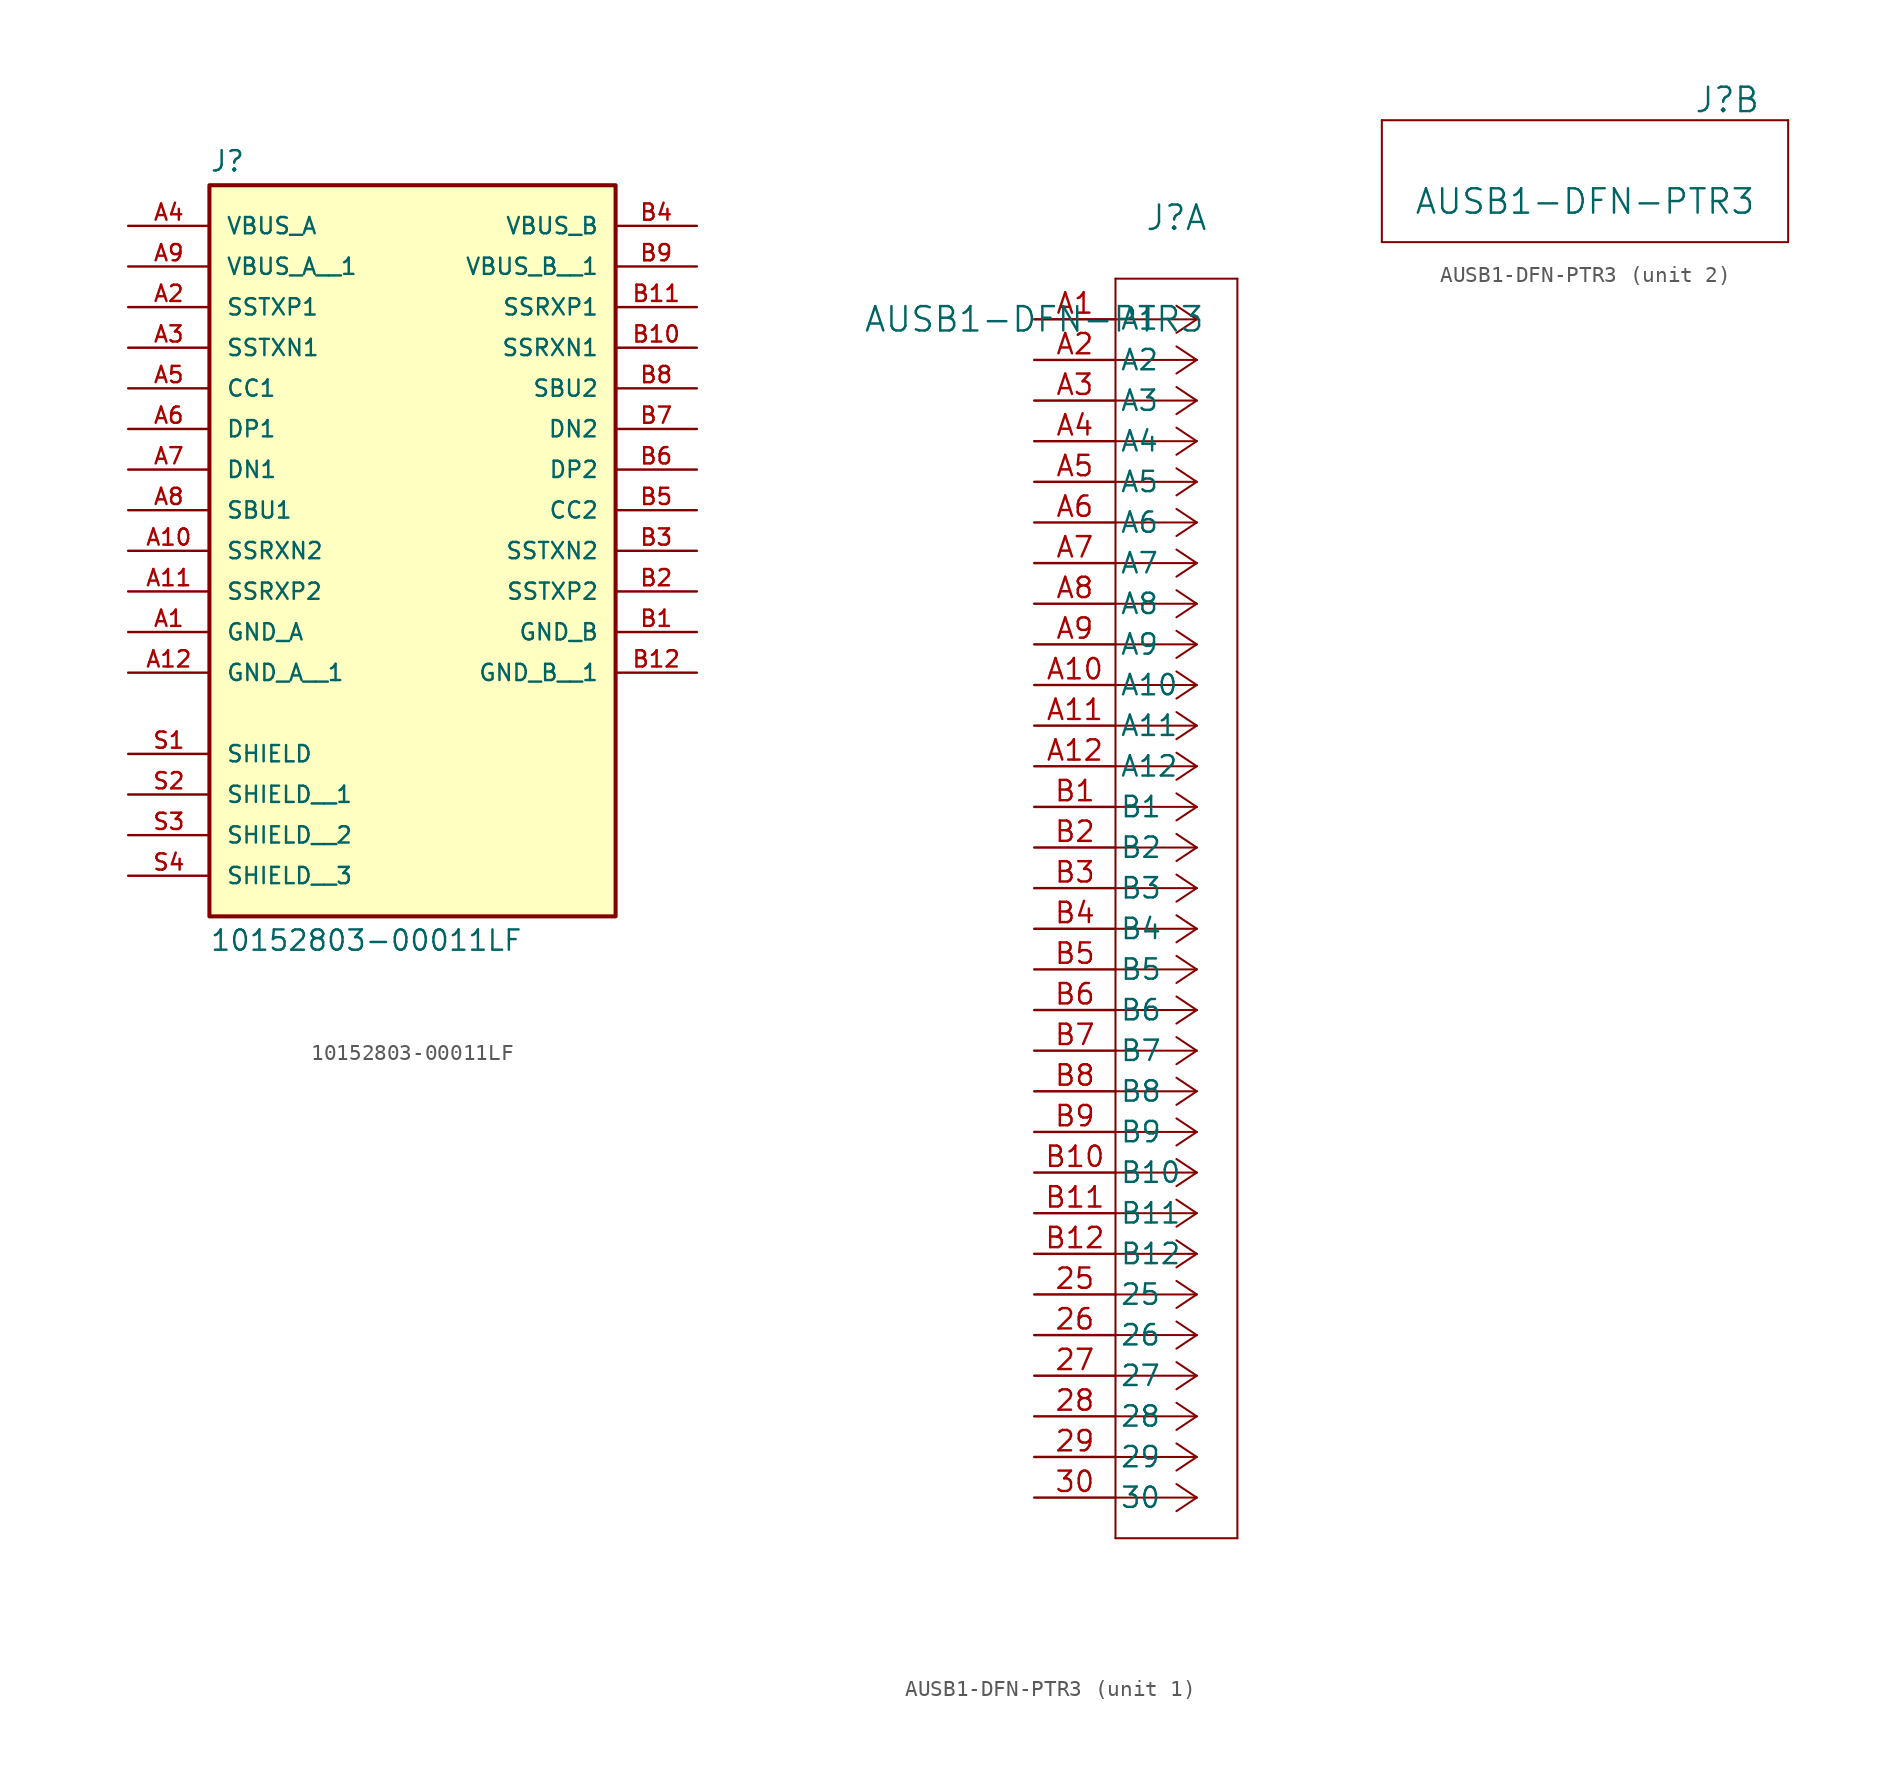
<source format=kicad_sym>
(kicad_symbol_lib
  (version 20220914)
  (generator kicad_symbol_editor)
  (symbol "10152803-00011LF"
    (pin_names
      (offset 1.016))
    (property "Reference" "J"
      (at -12.7 16.002 0)
      (effects (font (size 1.27 1.27)) (justify left bottom)))
    (property "Value" "10152803-00011LF"
      (at -12.7 -31.242 0)
      (effects (font (size 1.27 1.27)) (justify left top)))
    (symbol "10152803-00011LF_0_0"
      (rectangle (start -12.7 -30.48) (end 12.7 15.24) (stroke (width 0.254) (type default)) (fill (type background)))
      (pin power_in line (at -17.78 -12.7 0) (length 5.08) (name "GND_A" (effects (font (size 1.016 1.016)))) (number "A1" (effects (font (size 1.016 1.016)))))
      (pin bidirectional line (at -17.78 -7.62 0) (length 5.08) (name "SSRXN2" (effects (font (size 1.016 1.016)))) (number "A10" (effects (font (size 1.016 1.016)))))
      (pin bidirectional line (at -17.78 -10.16 0) (length 5.08) (name "SSRXP2" (effects (font (size 1.016 1.016)))) (number "A11" (effects (font (size 1.016 1.016)))))
      (pin power_in line (at -17.78 -15.24 0) (length 5.08) (name "GND_A__1" (effects (font (size 1.016 1.016)))) (number "A12" (effects (font (size 1.016 1.016)))))
      (pin bidirectional line (at -17.78 7.62 0) (length 5.08) (name "SSTXP1" (effects (font (size 1.016 1.016)))) (number "A2" (effects (font (size 1.016 1.016)))))
      (pin bidirectional line (at -17.78 5.08 0) (length 5.08) (name "SSTXN1" (effects (font (size 1.016 1.016)))) (number "A3" (effects (font (size 1.016 1.016)))))
      (pin power_in line (at -17.78 12.7 0) (length 5.08) (name "VBUS_A" (effects (font (size 1.016 1.016)))) (number "A4" (effects (font (size 1.016 1.016)))))
      (pin bidirectional line (at -17.78 2.54 0) (length 5.08) (name "CC1" (effects (font (size 1.016 1.016)))) (number "A5" (effects (font (size 1.016 1.016)))))
      (pin bidirectional line (at -17.78 0 0) (length 5.08) (name "DP1" (effects (font (size 1.016 1.016)))) (number "A6" (effects (font (size 1.016 1.016)))))
      (pin bidirectional line (at -17.78 -2.54 0) (length 5.08) (name "DN1" (effects (font (size 1.016 1.016)))) (number "A7" (effects (font (size 1.016 1.016)))))
      (pin bidirectional line (at -17.78 -5.08 0) (length 5.08) (name "SBU1" (effects (font (size 1.016 1.016)))) (number "A8" (effects (font (size 1.016 1.016)))))
      (pin power_in line (at -17.78 10.16 0) (length 5.08) (name "VBUS_A__1" (effects (font (size 1.016 1.016)))) (number "A9" (effects (font (size 1.016 1.016)))))
      (pin power_in line (at 17.78 -12.7 180) (length 5.08) (name "GND_B" (effects (font (size 1.016 1.016)))) (number "B1" (effects (font (size 1.016 1.016)))))
      (pin bidirectional line (at 17.78 5.08 180) (length 5.08) (name "SSRXN1" (effects (font (size 1.016 1.016)))) (number "B10" (effects (font (size 1.016 1.016)))))
      (pin bidirectional line (at 17.78 7.62 180) (length 5.08) (name "SSRXP1" (effects (font (size 1.016 1.016)))) (number "B11" (effects (font (size 1.016 1.016)))))
      (pin power_in line (at 17.78 -15.24 180) (length 5.08) (name "GND_B__1" (effects (font (size 1.016 1.016)))) (number "B12" (effects (font (size 1.016 1.016)))))
      (pin bidirectional line (at 17.78 -10.16 180) (length 5.08) (name "SSTXP2" (effects (font (size 1.016 1.016)))) (number "B2" (effects (font (size 1.016 1.016)))))
      (pin bidirectional line (at 17.78 -7.62 180) (length 5.08) (name "SSTXN2" (effects (font (size 1.016 1.016)))) (number "B3" (effects (font (size 1.016 1.016)))))
      (pin power_in line (at 17.78 12.7 180) (length 5.08) (name "VBUS_B" (effects (font (size 1.016 1.016)))) (number "B4" (effects (font (size 1.016 1.016)))))
      (pin bidirectional line (at 17.78 -5.08 180) (length 5.08) (name "CC2" (effects (font (size 1.016 1.016)))) (number "B5" (effects (font (size 1.016 1.016)))))
      (pin bidirectional line (at 17.78 -2.54 180) (length 5.08) (name "DP2" (effects (font (size 1.016 1.016)))) (number "B6" (effects (font (size 1.016 1.016)))))
      (pin bidirectional line (at 17.78 0 180) (length 5.08) (name "DN2" (effects (font (size 1.016 1.016)))) (number "B7" (effects (font (size 1.016 1.016)))))
      (pin bidirectional line (at 17.78 2.54 180) (length 5.08) (name "SBU2" (effects (font (size 1.016 1.016)))) (number "B8" (effects (font (size 1.016 1.016)))))
      (pin power_in line (at 17.78 10.16 180) (length 5.08) (name "VBUS_B__1" (effects (font (size 1.016 1.016)))) (number "B9" (effects (font (size 1.016 1.016)))))
      (pin passive line (at -17.78 -20.32 0) (length 5.08) (name "SHIELD" (effects (font (size 1.016 1.016)))) (number "S1" (effects (font (size 1.016 1.016)))))
      (pin passive line (at -17.78 -22.86 0) (length 5.08) (name "SHIELD__1" (effects (font (size 1.016 1.016)))) (number "S2" (effects (font (size 1.016 1.016)))))
      (pin passive line (at -17.78 -25.4 0) (length 5.08) (name "SHIELD__2" (effects (font (size 1.016 1.016)))) (number "S3" (effects (font (size 1.016 1.016)))))
      (pin passive line (at -17.78 -27.94 0) (length 5.08) (name "SHIELD__3" (effects (font (size 1.016 1.016)))) (number "S4" (effects (font (size 1.016 1.016)))))))
  (symbol "AUSB1-DFN-PTR3"
    (pin_names
      (offset 0.254))
    (property "Reference" "J"
      (at 8.89 6.35 0)
      (effects (font (size 1.524 1.524))))
    (property "Value" "AUSB1-DFN-PTR3"
      (at 0 0 0)
      (effects (font (size 1.524 1.524))))
    (property "ki_locked" ""
      (at 0 0 0)
      (effects (font (size 1.27 1.27))))
    (symbol "AUSB1-DFN-PTR3_1_1"
      (polyline (pts (xy 5.08 -76.2) (xy 12.7 -76.2)) (stroke (width 0.127) (type default)) (fill (type none)))
      (polyline (pts (xy 5.08 2.54) (xy 5.08 -76.2)) (stroke (width 0.127) (type default)) (fill (type none)))
      (polyline (pts (xy 10.16 -73.66) (xy 5.08 -73.66)) (stroke (width 0.127) (type default)) (fill (type none)))
      (polyline (pts (xy 10.16 -73.66) (xy 8.89 -74.507)) (stroke (width 0.127) (type default)) (fill (type none)))
      (polyline (pts (xy 10.16 -73.66) (xy 8.89 -72.813)) (stroke (width 0.127) (type default)) (fill (type none)))
      (polyline (pts (xy 10.16 -71.12) (xy 5.08 -71.12)) (stroke (width 0.127) (type default)) (fill (type none)))
      (polyline (pts (xy 10.16 -71.12) (xy 8.89 -71.967)) (stroke (width 0.127) (type default)) (fill (type none)))
      (polyline (pts (xy 10.16 -71.12) (xy 8.89 -70.273)) (stroke (width 0.127) (type default)) (fill (type none)))
      (polyline (pts (xy 10.16 -68.58) (xy 5.08 -68.58)) (stroke (width 0.127) (type default)) (fill (type none)))
      (polyline (pts (xy 10.16 -68.58) (xy 8.89 -69.427)) (stroke (width 0.127) (type default)) (fill (type none)))
      (polyline (pts (xy 10.16 -68.58) (xy 8.89 -67.733)) (stroke (width 0.127) (type default)) (fill (type none)))
      (polyline (pts (xy 10.16 -66.04) (xy 5.08 -66.04)) (stroke (width 0.127) (type default)) (fill (type none)))
      (polyline (pts (xy 10.16 -66.04) (xy 8.89 -66.887)) (stroke (width 0.127) (type default)) (fill (type none)))
      (polyline (pts (xy 10.16 -66.04) (xy 8.89 -65.193)) (stroke (width 0.127) (type default)) (fill (type none)))
      (polyline (pts (xy 10.16 -63.5) (xy 5.08 -63.5)) (stroke (width 0.127) (type default)) (fill (type none)))
      (polyline (pts (xy 10.16 -63.5) (xy 8.89 -64.347)) (stroke (width 0.127) (type default)) (fill (type none)))
      (polyline (pts (xy 10.16 -63.5) (xy 8.89 -62.653)) (stroke (width 0.127) (type default)) (fill (type none)))
      (polyline (pts (xy 10.16 -60.96) (xy 5.08 -60.96)) (stroke (width 0.127) (type default)) (fill (type none)))
      (polyline (pts (xy 10.16 -60.96) (xy 8.89 -61.807)) (stroke (width 0.127) (type default)) (fill (type none)))
      (polyline (pts (xy 10.16 -60.96) (xy 8.89 -60.113)) (stroke (width 0.127) (type default)) (fill (type none)))
      (polyline (pts (xy 10.16 -58.42) (xy 5.08 -58.42)) (stroke (width 0.127) (type default)) (fill (type none)))
      (polyline (pts (xy 10.16 -58.42) (xy 8.89 -59.267)) (stroke (width 0.127) (type default)) (fill (type none)))
      (polyline (pts (xy 10.16 -58.42) (xy 8.89 -57.573)) (stroke (width 0.127) (type default)) (fill (type none)))
      (polyline (pts (xy 10.16 -55.88) (xy 5.08 -55.88)) (stroke (width 0.127) (type default)) (fill (type none)))
      (polyline (pts (xy 10.16 -55.88) (xy 8.89 -56.727)) (stroke (width 0.127) (type default)) (fill (type none)))
      (polyline (pts (xy 10.16 -55.88) (xy 8.89 -55.033)) (stroke (width 0.127) (type default)) (fill (type none)))
      (polyline (pts (xy 10.16 -53.34) (xy 5.08 -53.34)) (stroke (width 0.127) (type default)) (fill (type none)))
      (polyline (pts (xy 10.16 -53.34) (xy 8.89 -54.187)) (stroke (width 0.127) (type default)) (fill (type none)))
      (polyline (pts (xy 10.16 -53.34) (xy 8.89 -52.493)) (stroke (width 0.127) (type default)) (fill (type none)))
      (polyline (pts (xy 10.16 -50.8) (xy 5.08 -50.8)) (stroke (width 0.127) (type default)) (fill (type none)))
      (polyline (pts (xy 10.16 -50.8) (xy 8.89 -51.647)) (stroke (width 0.127) (type default)) (fill (type none)))
      (polyline (pts (xy 10.16 -50.8) (xy 8.89 -49.953)) (stroke (width 0.127) (type default)) (fill (type none)))
      (polyline (pts (xy 10.16 -48.26) (xy 5.08 -48.26)) (stroke (width 0.127) (type default)) (fill (type none)))
      (polyline (pts (xy 10.16 -48.26) (xy 8.89 -49.107)) (stroke (width 0.127) (type default)) (fill (type none)))
      (polyline (pts (xy 10.16 -48.26) (xy 8.89 -47.413)) (stroke (width 0.127) (type default)) (fill (type none)))
      (polyline (pts (xy 10.16 -45.72) (xy 5.08 -45.72)) (stroke (width 0.127) (type default)) (fill (type none)))
      (polyline (pts (xy 10.16 -45.72) (xy 8.89 -46.567)) (stroke (width 0.127) (type default)) (fill (type none)))
      (polyline (pts (xy 10.16 -45.72) (xy 8.89 -44.873)) (stroke (width 0.127) (type default)) (fill (type none)))
      (polyline (pts (xy 10.16 -43.18) (xy 5.08 -43.18)) (stroke (width 0.127) (type default)) (fill (type none)))
      (polyline (pts (xy 10.16 -43.18) (xy 8.89 -44.027)) (stroke (width 0.127) (type default)) (fill (type none)))
      (polyline (pts (xy 10.16 -43.18) (xy 8.89 -42.333)) (stroke (width 0.127) (type default)) (fill (type none)))
      (polyline (pts (xy 10.16 -40.64) (xy 5.08 -40.64)) (stroke (width 0.127) (type default)) (fill (type none)))
      (polyline (pts (xy 10.16 -40.64) (xy 8.89 -41.487)) (stroke (width 0.127) (type default)) (fill (type none)))
      (polyline (pts (xy 10.16 -40.64) (xy 8.89 -39.793)) (stroke (width 0.127) (type default)) (fill (type none)))
      (polyline (pts (xy 10.16 -38.1) (xy 5.08 -38.1)) (stroke (width 0.127) (type default)) (fill (type none)))
      (polyline (pts (xy 10.16 -38.1) (xy 8.89 -38.947)) (stroke (width 0.127) (type default)) (fill (type none)))
      (polyline (pts (xy 10.16 -38.1) (xy 8.89 -37.253)) (stroke (width 0.127) (type default)) (fill (type none)))
      (polyline (pts (xy 10.16 -35.56) (xy 5.08 -35.56)) (stroke (width 0.127) (type default)) (fill (type none)))
      (polyline (pts (xy 10.16 -35.56) (xy 8.89 -36.407)) (stroke (width 0.127) (type default)) (fill (type none)))
      (polyline (pts (xy 10.16 -35.56) (xy 8.89 -34.713)) (stroke (width 0.127) (type default)) (fill (type none)))
      (polyline (pts (xy 10.16 -33.02) (xy 5.08 -33.02)) (stroke (width 0.127) (type default)) (fill (type none)))
      (polyline (pts (xy 10.16 -33.02) (xy 8.89 -33.867)) (stroke (width 0.127) (type default)) (fill (type none)))
      (polyline (pts (xy 10.16 -33.02) (xy 8.89 -32.173)) (stroke (width 0.127) (type default)) (fill (type none)))
      (polyline (pts (xy 10.16 -30.48) (xy 5.08 -30.48)) (stroke (width 0.127) (type default)) (fill (type none)))
      (polyline (pts (xy 10.16 -30.48) (xy 8.89 -31.327)) (stroke (width 0.127) (type default)) (fill (type none)))
      (polyline (pts (xy 10.16 -30.48) (xy 8.89 -29.633)) (stroke (width 0.127) (type default)) (fill (type none)))
      (polyline (pts (xy 10.16 -27.94) (xy 5.08 -27.94)) (stroke (width 0.127) (type default)) (fill (type none)))
      (polyline (pts (xy 10.16 -27.94) (xy 8.89 -28.787)) (stroke (width 0.127) (type default)) (fill (type none)))
      (polyline (pts (xy 10.16 -27.94) (xy 8.89 -27.093)) (stroke (width 0.127) (type default)) (fill (type none)))
      (polyline (pts (xy 10.16 -25.4) (xy 5.08 -25.4)) (stroke (width 0.127) (type default)) (fill (type none)))
      (polyline (pts (xy 10.16 -25.4) (xy 8.89 -26.247)) (stroke (width 0.127) (type default)) (fill (type none)))
      (polyline (pts (xy 10.16 -25.4) (xy 8.89 -24.553)) (stroke (width 0.127) (type default)) (fill (type none)))
      (polyline (pts (xy 10.16 -22.86) (xy 5.08 -22.86)) (stroke (width 0.127) (type default)) (fill (type none)))
      (polyline (pts (xy 10.16 -22.86) (xy 8.89 -23.707)) (stroke (width 0.127) (type default)) (fill (type none)))
      (polyline (pts (xy 10.16 -22.86) (xy 8.89 -22.013)) (stroke (width 0.127) (type default)) (fill (type none)))
      (polyline (pts (xy 10.16 -20.32) (xy 5.08 -20.32)) (stroke (width 0.127) (type default)) (fill (type none)))
      (polyline (pts (xy 10.16 -20.32) (xy 8.89 -21.167)) (stroke (width 0.127) (type default)) (fill (type none)))
      (polyline (pts (xy 10.16 -20.32) (xy 8.89 -19.473)) (stroke (width 0.127) (type default)) (fill (type none)))
      (polyline (pts (xy 10.16 -17.78) (xy 5.08 -17.78)) (stroke (width 0.127) (type default)) (fill (type none)))
      (polyline (pts (xy 10.16 -17.78) (xy 8.89 -18.627)) (stroke (width 0.127) (type default)) (fill (type none)))
      (polyline (pts (xy 10.16 -17.78) (xy 8.89 -16.933)) (stroke (width 0.127) (type default)) (fill (type none)))
      (polyline (pts (xy 10.16 -15.24) (xy 5.08 -15.24)) (stroke (width 0.127) (type default)) (fill (type none)))
      (polyline (pts (xy 10.16 -15.24) (xy 8.89 -16.087)) (stroke (width 0.127) (type default)) (fill (type none)))
      (polyline (pts (xy 10.16 -15.24) (xy 8.89 -14.393)) (stroke (width 0.127) (type default)) (fill (type none)))
      (polyline (pts (xy 10.16 -12.7) (xy 5.08 -12.7)) (stroke (width 0.127) (type default)) (fill (type none)))
      (polyline (pts (xy 10.16 -12.7) (xy 8.89 -13.547)) (stroke (width 0.127) (type default)) (fill (type none)))
      (polyline (pts (xy 10.16 -12.7) (xy 8.89 -11.853)) (stroke (width 0.127) (type default)) (fill (type none)))
      (polyline (pts (xy 10.16 -10.16) (xy 5.08 -10.16)) (stroke (width 0.127) (type default)) (fill (type none)))
      (polyline (pts (xy 10.16 -10.16) (xy 8.89 -11.007)) (stroke (width 0.127) (type default)) (fill (type none)))
      (polyline (pts (xy 10.16 -10.16) (xy 8.89 -9.313)) (stroke (width 0.127) (type default)) (fill (type none)))
      (polyline (pts (xy 10.16 -7.62) (xy 5.08 -7.62)) (stroke (width 0.127) (type default)) (fill (type none)))
      (polyline (pts (xy 10.16 -7.62) (xy 8.89 -8.467)) (stroke (width 0.127) (type default)) (fill (type none)))
      (polyline (pts (xy 10.16 -7.62) (xy 8.89 -6.773)) (stroke (width 0.127) (type default)) (fill (type none)))
      (polyline (pts (xy 10.16 -5.08) (xy 5.08 -5.08)) (stroke (width 0.127) (type default)) (fill (type none)))
      (polyline (pts (xy 10.16 -5.08) (xy 8.89 -5.927)) (stroke (width 0.127) (type default)) (fill (type none)))
      (polyline (pts (xy 10.16 -5.08) (xy 8.89 -4.233)) (stroke (width 0.127) (type default)) (fill (type none)))
      (polyline (pts (xy 10.16 -2.54) (xy 5.08 -2.54)) (stroke (width 0.127) (type default)) (fill (type none)))
      (polyline (pts (xy 10.16 -2.54) (xy 8.89 -3.387)) (stroke (width 0.127) (type default)) (fill (type none)))
      (polyline (pts (xy 10.16 -2.54) (xy 8.89 -1.693)) (stroke (width 0.127) (type default)) (fill (type none)))
      (polyline (pts (xy 10.16 0) (xy 5.08 0)) (stroke (width 0.127) (type default)) (fill (type none)))
      (polyline (pts (xy 10.16 0) (xy 8.89 -0.847)) (stroke (width 0.127) (type default)) (fill (type none)))
      (polyline (pts (xy 10.16 0) (xy 8.89 0.847)) (stroke (width 0.127) (type default)) (fill (type none)))
      (polyline (pts (xy 12.7 -76.2) (xy 12.7 2.54)) (stroke (width 0.127) (type default)) (fill (type none)))
      (polyline (pts (xy 12.7 2.54) (xy 5.08 2.54)) (stroke (width 0.127) (type default)) (fill (type none)))
      (pin unspecified line (at 0 -60.96 0) (length 5.08) (name "25" (effects (font (size 1.27 1.27)))) (number "25" (effects (font (size 1.27 1.27)))))
      (pin unspecified line (at 0 -63.5 0) (length 5.08) (name "26" (effects (font (size 1.27 1.27)))) (number "26" (effects (font (size 1.27 1.27)))))
      (pin unspecified line (at 0 -66.04 0) (length 5.08) (name "27" (effects (font (size 1.27 1.27)))) (number "27" (effects (font (size 1.27 1.27)))))
      (pin unspecified line (at 0 -68.58 0) (length 5.08) (name "28" (effects (font (size 1.27 1.27)))) (number "28" (effects (font (size 1.27 1.27)))))
      (pin unspecified line (at 0 -71.12 0) (length 5.08) (name "29" (effects (font (size 1.27 1.27)))) (number "29" (effects (font (size 1.27 1.27)))))
      (pin unspecified line (at 0 -73.66 0) (length 5.08) (name "30" (effects (font (size 1.27 1.27)))) (number "30" (effects (font (size 1.27 1.27)))))
      (pin unspecified line (at 0 0 0) (length 5.08) (name "A1" (effects (font (size 1.27 1.27)))) (number "A1" (effects (font (size 1.27 1.27)))))
      (pin unspecified line (at 0 -22.86 0) (length 5.08) (name "A10" (effects (font (size 1.27 1.27)))) (number "A10" (effects (font (size 1.27 1.27)))))
      (pin unspecified line (at 0 -25.4 0) (length 5.08) (name "A11" (effects (font (size 1.27 1.27)))) (number "A11" (effects (font (size 1.27 1.27)))))
      (pin unspecified line (at 0 -27.94 0) (length 5.08) (name "A12" (effects (font (size 1.27 1.27)))) (number "A12" (effects (font (size 1.27 1.27)))))
      (pin unspecified line (at 0 -2.54 0) (length 5.08) (name "A2" (effects (font (size 1.27 1.27)))) (number "A2" (effects (font (size 1.27 1.27)))))
      (pin unspecified line (at 0 -5.08 0) (length 5.08) (name "A3" (effects (font (size 1.27 1.27)))) (number "A3" (effects (font (size 1.27 1.27)))))
      (pin unspecified line (at 0 -7.62 0) (length 5.08) (name "A4" (effects (font (size 1.27 1.27)))) (number "A4" (effects (font (size 1.27 1.27)))))
      (pin unspecified line (at 0 -10.16 0) (length 5.08) (name "A5" (effects (font (size 1.27 1.27)))) (number "A5" (effects (font (size 1.27 1.27)))))
      (pin unspecified line (at 0 -12.7 0) (length 5.08) (name "A6" (effects (font (size 1.27 1.27)))) (number "A6" (effects (font (size 1.27 1.27)))))
      (pin unspecified line (at 0 -15.24 0) (length 5.08) (name "A7" (effects (font (size 1.27 1.27)))) (number "A7" (effects (font (size 1.27 1.27)))))
      (pin unspecified line (at 0 -17.78 0) (length 5.08) (name "A8" (effects (font (size 1.27 1.27)))) (number "A8" (effects (font (size 1.27 1.27)))))
      (pin unspecified line (at 0 -20.32 0) (length 5.08) (name "A9" (effects (font (size 1.27 1.27)))) (number "A9" (effects (font (size 1.27 1.27)))))
      (pin unspecified line (at 0 -30.48 0) (length 5.08) (name "B1" (effects (font (size 1.27 1.27)))) (number "B1" (effects (font (size 1.27 1.27)))))
      (pin unspecified line (at 0 -53.34 0) (length 5.08) (name "B10" (effects (font (size 1.27 1.27)))) (number "B10" (effects (font (size 1.27 1.27)))))
      (pin unspecified line (at 0 -55.88 0) (length 5.08) (name "B11" (effects (font (size 1.27 1.27)))) (number "B11" (effects (font (size 1.27 1.27)))))
      (pin unspecified line (at 0 -58.42 0) (length 5.08) (name "B12" (effects (font (size 1.27 1.27)))) (number "B12" (effects (font (size 1.27 1.27)))))
      (pin unspecified line (at 0 -33.02 0) (length 5.08) (name "B2" (effects (font (size 1.27 1.27)))) (number "B2" (effects (font (size 1.27 1.27)))))
      (pin unspecified line (at 0 -35.56 0) (length 5.08) (name "B3" (effects (font (size 1.27 1.27)))) (number "B3" (effects (font (size 1.27 1.27)))))
      (pin unspecified line (at 0 -38.1 0) (length 5.08) (name "B4" (effects (font (size 1.27 1.27)))) (number "B4" (effects (font (size 1.27 1.27)))))
      (pin unspecified line (at 0 -40.64 0) (length 5.08) (name "B5" (effects (font (size 1.27 1.27)))) (number "B5" (effects (font (size 1.27 1.27)))))
      (pin unspecified line (at 0 -43.18 0) (length 5.08) (name "B6" (effects (font (size 1.27 1.27)))) (number "B6" (effects (font (size 1.27 1.27)))))
      (pin unspecified line (at 0 -45.72 0) (length 5.08) (name "B7" (effects (font (size 1.27 1.27)))) (number "B7" (effects (font (size 1.27 1.27)))))
      (pin unspecified line (at 0 -48.26 0) (length 5.08) (name "B8" (effects (font (size 1.27 1.27)))) (number "B8" (effects (font (size 1.27 1.27)))))
      (pin unspecified line (at 0 -50.8 0) (length 5.08) (name "B9" (effects (font (size 1.27 1.27)))) (number "B9" (effects (font (size 1.27 1.27))))))
    (symbol "AUSB1-DFN-PTR3_2_1"
      (polyline (pts (xy -12.7 -2.54) (xy 12.7 -2.54)) (stroke (width 0.127) (type default)) (fill (type none)))
      (polyline (pts (xy -12.7 5.08) (xy -12.7 -2.54)) (stroke (width 0.127) (type default)) (fill (type none)))
      (polyline (pts (xy 12.7 -2.54) (xy 12.7 5.08)) (stroke (width 0.127) (type default)) (fill (type none)))
      (polyline (pts (xy 12.7 5.08) (xy -12.7 5.08)) (stroke (width 0.127) (type default)) (fill (type none))))))
</source>
